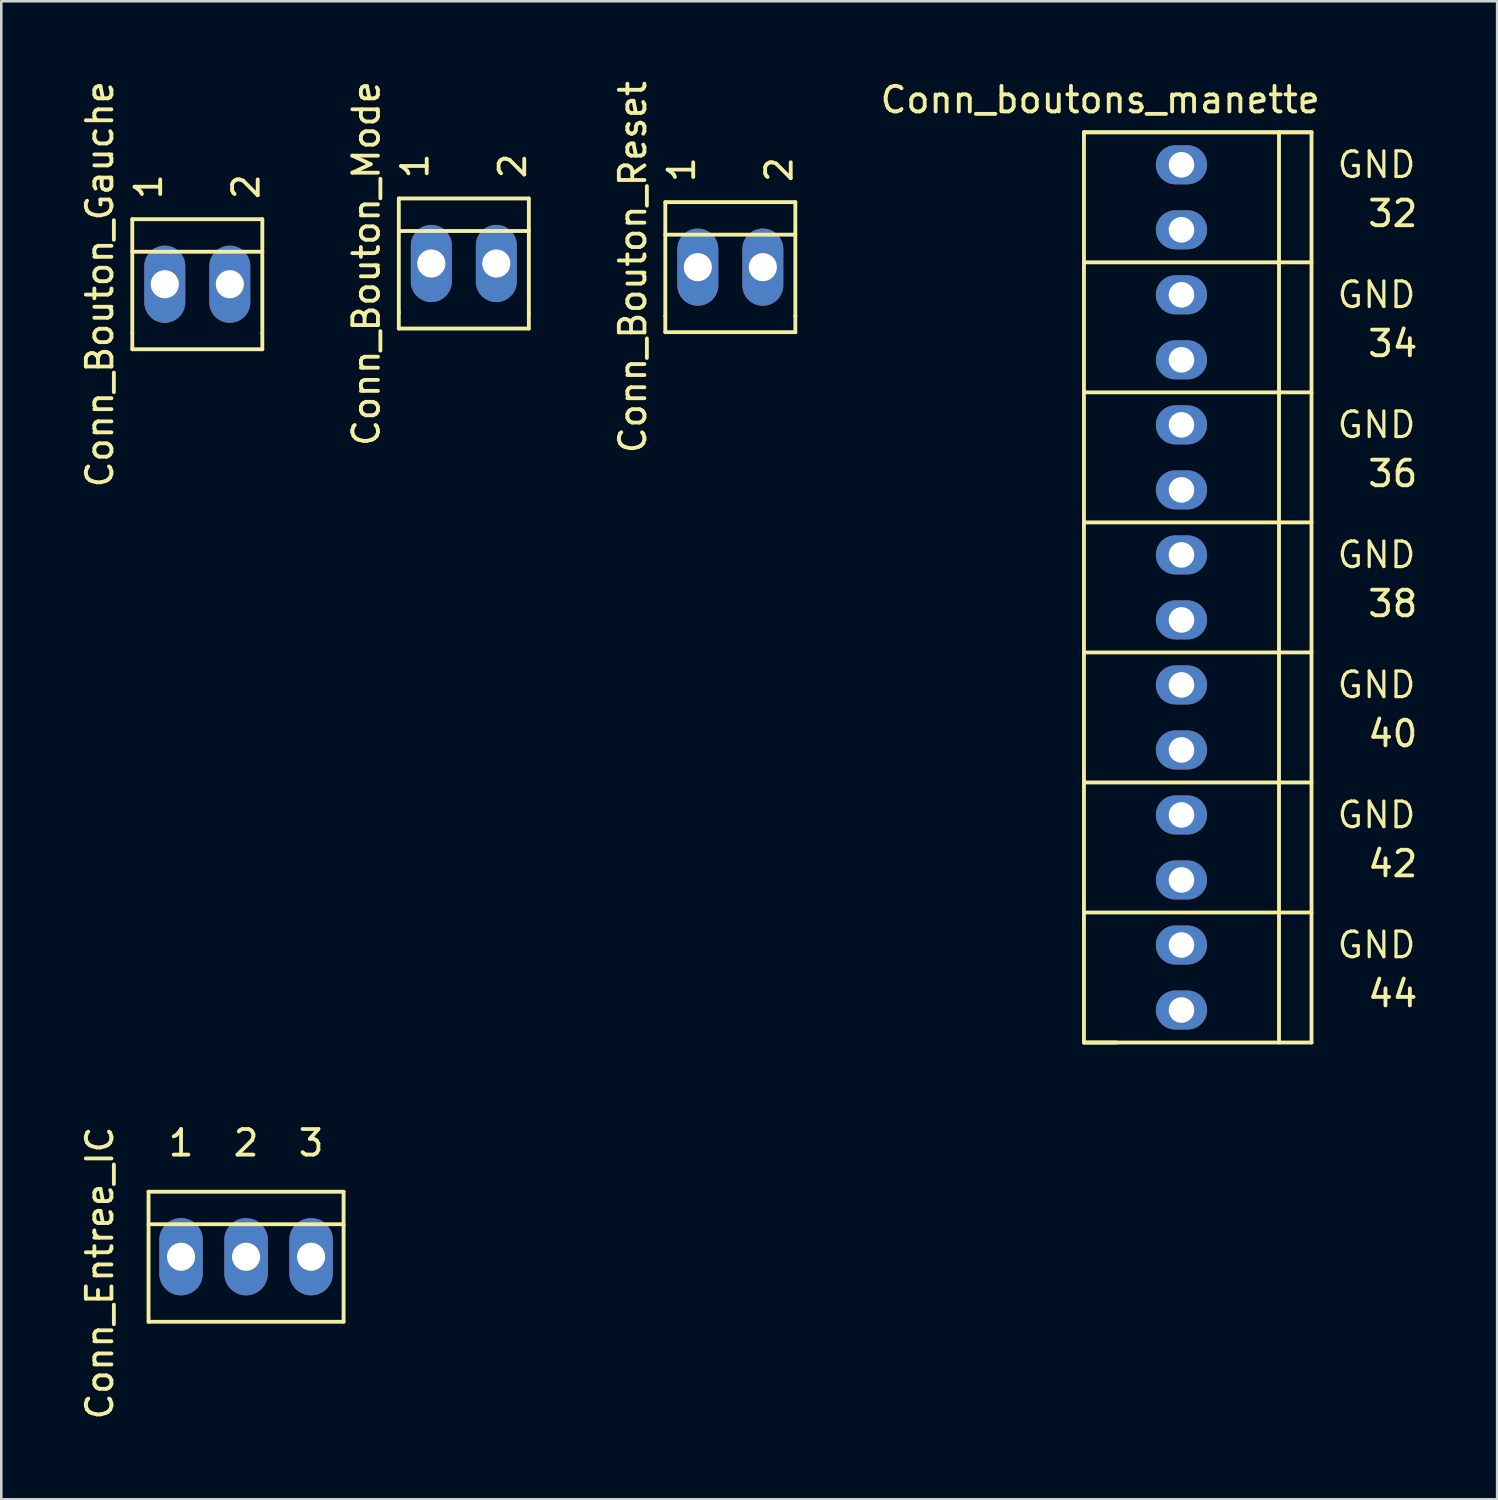
<source format=kicad_pcb>
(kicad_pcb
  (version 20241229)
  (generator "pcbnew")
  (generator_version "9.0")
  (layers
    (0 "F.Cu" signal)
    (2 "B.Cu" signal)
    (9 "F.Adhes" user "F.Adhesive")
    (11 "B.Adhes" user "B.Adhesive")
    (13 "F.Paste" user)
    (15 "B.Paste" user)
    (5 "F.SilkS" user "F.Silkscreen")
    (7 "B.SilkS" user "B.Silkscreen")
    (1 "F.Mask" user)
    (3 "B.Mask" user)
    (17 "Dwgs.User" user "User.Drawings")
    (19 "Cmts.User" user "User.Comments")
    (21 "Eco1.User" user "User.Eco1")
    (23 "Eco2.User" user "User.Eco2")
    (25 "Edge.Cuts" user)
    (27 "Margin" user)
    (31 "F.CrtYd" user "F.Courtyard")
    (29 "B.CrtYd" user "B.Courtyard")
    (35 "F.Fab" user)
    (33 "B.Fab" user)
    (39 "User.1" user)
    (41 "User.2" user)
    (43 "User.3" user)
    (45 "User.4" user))
  (footprint "Conn_Bouton_Reset"
    (layer "F.Cu")
    (at 25.481 7.387)
    (property "Reference" "Conn_Bouton_Reset" (at -3.81 0 90) (layer "F.SilkS") (effects (font (size 1 1) (thickness 0.15))))
    (attr exclude_from_pos_files exclude_from_bom)
    (fp_line (start -2.54 -2.54) (end -2.54 1.905) (stroke (width 0.15) (type solid)) (layer "F.SilkS"))
    (fp_line (start -2.54 -2.54) (end 2.54 -2.54) (stroke (width 0.15) (type solid)) (layer "F.SilkS"))
    (fp_line (start -2.54 1.905) (end -2.54 2.54) (stroke (width 0.15) (type solid)) (layer "F.SilkS"))
    (fp_line (start 2.54 -2.54) (end 2.54 1.905) (stroke (width 0.15) (type solid)) (layer "F.SilkS"))
    (fp_line (start 2.54 -1.27) (end -2.54 -1.27) (stroke (width 0.15) (type solid)) (layer "F.SilkS"))
    (fp_line (start 2.54 1.905) (end 2.54 2.54) (stroke (width 0.15) (type solid)) (layer "F.SilkS"))
    (fp_line (start 2.54 2.54) (end -2.54 2.54) (stroke (width 0.15) (type solid)) (layer "F.SilkS"))
    (fp_text user "1" (at -1.905 -3.81 90) (layer "F.SilkS") (effects (font (size 1 1) (thickness 0.15))))
    (fp_text user "2" (at 1.905 -3.81 90) (layer "F.SilkS") (effects (font (size 1 1) (thickness 0.15))))
    (pad "1" thru_hole oval (at -1.27 0) (size 1.6 3.015) (drill 1.1) (layers "*.Cu" "*.Mask"))
    (pad "2" thru_hole oval (at 1.27 0) (size 1.6 3.015) (drill 1.1) (layers "*.Cu" "*.Mask")))
  (footprint "Conn_Bouton_Mode"
    (layer "F.Cu")
    (at 15.07 7.244)
    (property "Reference" "Conn_Bouton_Mode" (at -3.81 0 90) (layer "F.SilkS") (effects (font (size 1 1) (thickness 0.15))))
    (attr exclude_from_pos_files exclude_from_bom)
    (fp_line (start -2.54 -2.54) (end -2.54 1.905) (stroke (width 0.15) (type solid)) (layer "F.SilkS"))
    (fp_line (start -2.54 -2.54) (end 2.54 -2.54) (stroke (width 0.15) (type solid)) (layer "F.SilkS"))
    (fp_line (start -2.54 1.905) (end -2.54 2.54) (stroke (width 0.15) (type solid)) (layer "F.SilkS"))
    (fp_line (start 2.54 -2.54) (end 2.54 1.905) (stroke (width 0.15) (type solid)) (layer "F.SilkS"))
    (fp_line (start 2.54 -1.27) (end -2.54 -1.27) (stroke (width 0.15) (type solid)) (layer "F.SilkS"))
    (fp_line (start 2.54 1.905) (end 2.54 2.54) (stroke (width 0.15) (type solid)) (layer "F.SilkS"))
    (fp_line (start 2.54 2.54) (end -2.54 2.54) (stroke (width 0.15) (type solid)) (layer "F.SilkS"))
    (fp_text user "2" (at 1.905 -3.81 90) (layer "F.SilkS") (effects (font (size 1 1) (thickness 0.15))))
    (fp_text user "1" (at -1.905 -3.81 90) (layer "F.SilkS") (effects (font (size 1 1) (thickness 0.15))))
    (pad "1" thru_hole oval (at -1.27 0) (size 1.6 3.015) (drill 1.1) (layers "*.Cu" "*.Mask"))
    (pad "2" thru_hole oval (at 1.27 0) (size 1.6 3.015) (drill 1.1) (layers "*.Cu" "*.Mask")))
  (footprint "Conn_Bouton_Gauche"
    (layer "F.Cu")
    (at 4.658 8.054)
    (property "Reference" "Conn_Bouton_Gauche" (at -3.81 0 90) (layer "F.SilkS") (effects (font (size 1 1) (thickness 0.15))))
    (attr exclude_from_pos_files exclude_from_bom)
    (fp_line (start -2.54 -2.54) (end -2.54 1.905) (stroke (width 0.15) (type solid)) (layer "F.SilkS"))
    (fp_line (start -2.54 -2.54) (end 2.54 -2.54) (stroke (width 0.15) (type solid)) (layer "F.SilkS"))
    (fp_line (start -2.54 1.905) (end -2.54 2.54) (stroke (width 0.15) (type solid)) (layer "F.SilkS"))
    (fp_line (start 2.54 -2.54) (end 2.54 1.905) (stroke (width 0.15) (type solid)) (layer "F.SilkS"))
    (fp_line (start 2.54 -1.27) (end -2.54 -1.27) (stroke (width 0.15) (type solid)) (layer "F.SilkS"))
    (fp_line (start 2.54 1.905) (end 2.54 2.54) (stroke (width 0.15) (type solid)) (layer "F.SilkS"))
    (fp_line (start 2.54 2.54) (end -2.54 2.54) (stroke (width 0.15) (type solid)) (layer "F.SilkS"))
    (fp_text user "1" (at -1.905 -3.81 90) (layer "F.SilkS") (effects (font (size 1 1) (thickness 0.15))))
    (fp_text user "2" (at 1.905 -3.81 90) (layer "F.SilkS") (effects (font (size 1 1) (thickness 0.15))))
    (pad "1" thru_hole oval (at -1.27 0) (size 1.6 3.015) (drill 1.1) (layers "*.Cu" "*.Mask"))
    (pad "2" thru_hole oval (at 1.27 0) (size 1.6 3.015) (drill 1.1) (layers "*.Cu" "*.Mask")))
  (footprint "Conn_boutons_manette"
    (layer "F.Cu")
    (at 43.106 8.468)
    (property "Reference" "Conn_boutons_manette" (at -3.175 -7.62 0) (layer "F.SilkS") (effects (font (size 1 1) (thickness 0.15))))
    (attr exclude_from_pos_files exclude_from_bom)
    (fp_line (start -3.81 -6.35) (end -3.81 29.21) (stroke (width 0.15) (type solid)) (layer "F.SilkS"))
    (fp_line (start -3.81 -6.35) (end 3.81 -6.35) (stroke (width 0.15) (type solid)) (layer "F.SilkS"))
    (fp_line (start -3.81 3.81) (end 5.08 3.81) (stroke (width 0.15) (type solid)) (layer "F.SilkS"))
    (fp_line (start -3.81 29.21) (end -2.54 29.21) (stroke (width 0.15) (type solid)) (layer "F.SilkS"))
    (fp_line (start -3.81 29.21) (end 5.08 29.21) (stroke (width 0.15) (type solid)) (layer "F.SilkS"))
    (fp_line (start 3.81 -6.35) (end 5.08 -6.35) (stroke (width 0.15) (type solid)) (layer "F.SilkS"))
    (fp_line (start 3.81 29.21) (end 3.81 -6.35) (stroke (width 0.15) (type solid)) (layer "F.SilkS"))
    (fp_line (start 5.08 -6.35) (end -3.81 -6.35) (stroke (width 0.15) (type solid)) (layer "F.SilkS"))
    (fp_line (start 5.08 -1.27) (end -3.81 -1.27) (stroke (width 0.15) (type solid)) (layer "F.SilkS"))
    (fp_line (start 5.08 8.89) (end -3.81 8.89) (stroke (width 0.15) (type solid)) (layer "F.SilkS"))
    (fp_line (start 5.08 13.97) (end -3.81 13.97) (stroke (width 0.15) (type solid)) (layer "F.SilkS"))
    (fp_line (start 5.08 19.05) (end -3.81 19.05) (stroke (width 0.15) (type solid)) (layer "F.SilkS"))
    (fp_line (start 5.08 24.13) (end -3.81 24.13) (stroke (width 0.15) (type solid)) (layer "F.SilkS"))
    (fp_line (start 5.08 29.21) (end 5.08 -6.35) (stroke (width 0.15) (type solid)) (layer "F.SilkS"))
    (fp_text user "32" (at 8.255 -3.175 180) (layer "F.SilkS") (effects (font (size 1 1) (thickness 0.15))))
    (fp_text user "GND" (at 7.62 -5.08 0) (layer "F.SilkS") (effects (font (size 1 1) (thickness 0.125))))
    (fp_text user "42" (at 8.255 22.225 0) (layer "F.SilkS") (effects (font (size 1 1) (thickness 0.15))))
    (fp_text user "38" (at 8.255 12.065 0) (layer "F.SilkS") (effects (font (size 1 1) (thickness 0.15))))
    (fp_text user "GND" (at 7.62 15.24 0) (layer "F.SilkS") (effects (font (size 1 1) (thickness 0.125))))
    (fp_text user "44" (at 8.255 27.305 0) (layer "F.SilkS") (effects (font (size 1 1) (thickness 0.15))))
    (fp_text user "36" (at 8.255 6.985 0) (layer "F.SilkS") (effects (font (size 1 1) (thickness 0.15))))
    (fp_text user "34" (at 8.255 1.905 0) (layer "F.SilkS") (effects (font (size 1 1) (thickness 0.15))))
    (fp_text user "GND" (at 7.62 0 0) (layer "F.SilkS") (effects (font (size 1 1) (thickness 0.125))))
    (fp_text user "40" (at 8.255 17.145 0) (layer "F.SilkS") (effects (font (size 1 1) (thickness 0.15))))
    (fp_text user "GND" (at 7.62 25.4 0) (layer "F.SilkS") (effects (font (size 1 1) (thickness 0.125))))
    (fp_text user "GND" (at 7.62 20.32 0) (layer "F.SilkS") (effects (font (size 1 1) (thickness 0.125))))
    (fp_text user "GND" (at 7.62 10.16 0) (layer "F.SilkS") (effects (font (size 1 1) (thickness 0.125))))
    (fp_text user "GND" (at 7.62 5.08 0) (layer "F.SilkS") (effects (font (size 1 1) (thickness 0.125))))
    (pad "1" thru_hole oval (at 0 27.94) (size 2 1.524) (drill 1) (layers "*.Cu" "*.Mask"))
    (pad "2" thru_hole oval (at 0 25.4) (size 2 1.524) (drill 1) (layers "*.Cu" "*.Mask"))
    (pad "3" thru_hole oval (at 0 22.86 180) (size 2 1.524) (drill 1) (layers "*.Cu" "*.Mask"))
    (pad "4" thru_hole oval (at 0 20.32 180) (size 2 1.524) (drill 1) (layers "*.Cu" "*.Mask"))
    (pad "5" thru_hole oval (at 0 17.78 180) (size 2 1.524) (drill 1) (layers "*.Cu" "*.Mask"))
    (pad "6" thru_hole oval (at 0 15.24 180) (size 2 1.524) (drill 1) (layers "*.Cu" "*.Mask"))
    (pad "7" thru_hole oval (at 0 12.7 180) (size 2 1.524) (drill 1) (layers "*.Cu" "*.Mask"))
    (pad "8" thru_hole oval (at 0 10.16 180) (size 2 1.524) (drill 1) (layers "*.Cu" "*.Mask"))
    (pad "9" thru_hole oval (at 0 7.62 180) (size 2 1.524) (drill 1) (layers "*.Cu" "*.Mask"))
    (pad "10" thru_hole oval (at 0 5.08 180) (size 2 1.524) (drill 1) (layers "*.Cu" "*.Mask"))
    (pad "11" thru_hole oval (at 0 2.54 180) (size 2 1.524) (drill 1) (layers "*.Cu" "*.Mask"))
    (pad "12" thru_hole oval (at 0 0 180) (size 2 1.524) (drill 1) (layers "*.Cu" "*.Mask"))
    (pad "13" thru_hole oval (at 0 -2.54 180) (size 2 1.524) (drill 1) (layers "*.Cu" "*.Mask"))
    (pad "14" thru_hole oval (at 0 -5.08 180) (size 2 1.524) (drill 1) (layers "*.Cu" "*.Mask")))
  (footprint "Conn_Entree_IC"
    (layer "F.Cu")
    (at 6.563 46.047)
    (property "Reference" "Conn_Entree_IC" (at -5.715 0.635 90) (layer "F.SilkS") (effects (font (size 1 1) (thickness 0.15))))
    (attr exclude_from_pos_files exclude_from_bom)
    (fp_line (start -3.81 -2.54) (end 3.81 -2.54) (stroke (width 0.15) (type solid)) (layer "F.SilkS"))
    (fp_line (start -3.81 2.54) (end -3.81 -2.54) (stroke (width 0.15) (type solid)) (layer "F.SilkS"))
    (fp_line (start 3.81 -2.54) (end 3.81 2.54) (stroke (width 0.15) (type solid)) (layer "F.SilkS"))
    (fp_line (start 3.81 -1.27) (end -3.81 -1.27) (stroke (width 0.15) (type solid)) (layer "F.SilkS"))
    (fp_line (start 3.81 2.54) (end -3.81 2.54) (stroke (width 0.15) (type solid)) (layer "F.SilkS"))
    (fp_text user "2" (at 0 -4.445 0) (layer "F.SilkS") (effects (font (size 1 1) (thickness 0.15))))
    (fp_text user "3" (at 2.54 -4.445 0) (layer "F.SilkS") (effects (font (size 1 1) (thickness 0.15))))
    (fp_text user "1" (at -2.54 -4.445 180) (layer "F.SilkS") (effects (font (size 1 1) (thickness 0.15))))
    (pad "1" thru_hole oval (at -2.54 0) (size 1.7 3.015) (drill 1.1) (layers "*.Cu" "*.Mask"))
    (pad "2" thru_hole oval (at 0 0) (size 1.7 3.015) (drill 1.1) (layers "*.Cu" "*.Mask"))
    (pad "3" thru_hole oval (at 2.54 0) (size 1.7 3.015) (drill 1.1) (layers "*.Cu" "*.Mask")))
  (gr_rect
    (start -3 -3)
    (end 55.438 55.521)
    (stroke (width 0.1) (type default))
    (fill no)
    (layer "Edge.Cuts")))
</source>
